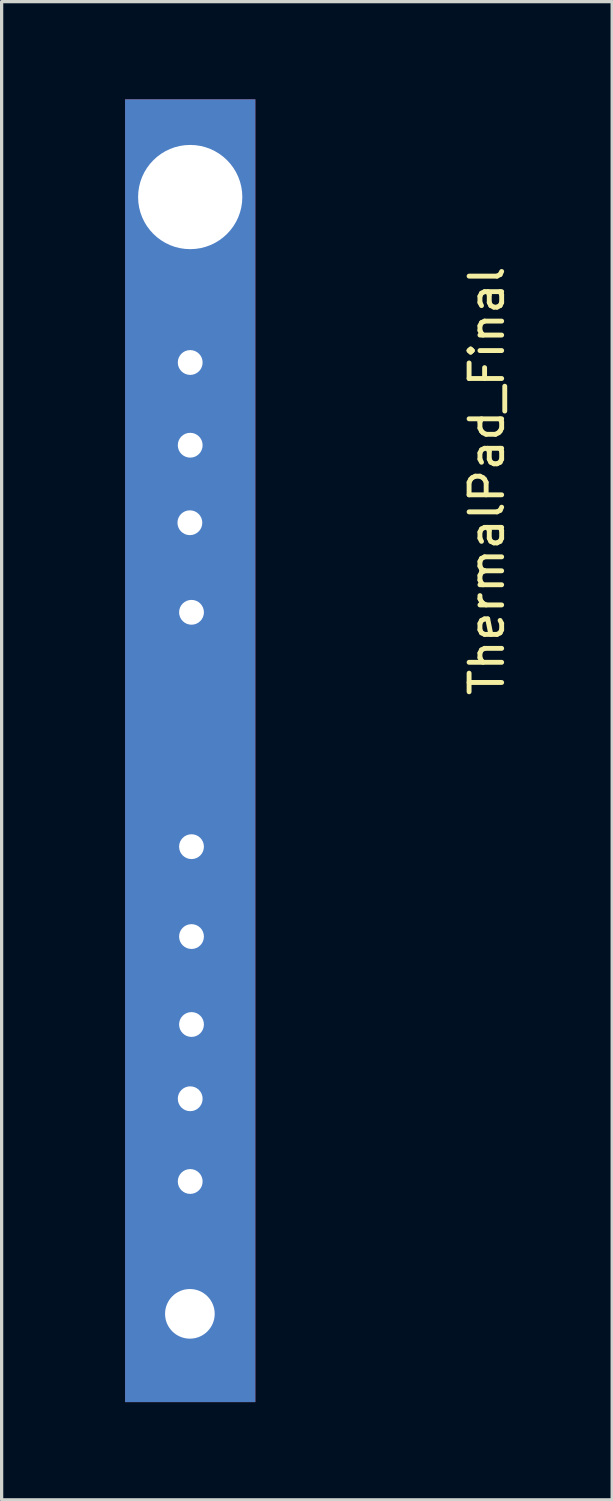
<source format=kicad_pcb>
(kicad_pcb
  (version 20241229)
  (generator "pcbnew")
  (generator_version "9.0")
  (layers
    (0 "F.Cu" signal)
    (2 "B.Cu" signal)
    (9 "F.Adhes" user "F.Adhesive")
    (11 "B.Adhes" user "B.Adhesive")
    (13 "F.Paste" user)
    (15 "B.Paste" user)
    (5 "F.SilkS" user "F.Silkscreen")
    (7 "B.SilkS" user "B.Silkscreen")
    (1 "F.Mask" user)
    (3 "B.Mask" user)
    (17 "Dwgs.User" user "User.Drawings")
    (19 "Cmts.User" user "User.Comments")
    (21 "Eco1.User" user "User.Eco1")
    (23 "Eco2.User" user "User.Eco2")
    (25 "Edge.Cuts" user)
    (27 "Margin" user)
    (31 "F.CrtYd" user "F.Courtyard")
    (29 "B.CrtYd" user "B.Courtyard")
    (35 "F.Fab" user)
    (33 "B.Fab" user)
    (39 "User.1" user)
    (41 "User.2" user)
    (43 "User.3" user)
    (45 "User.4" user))
  (footprint "ThermalPad_Final"
    (layer "F.Cu")
    (at 0.25 3)
    (property "Reference" "ThermalPad_Final" (at 11.648 8.714 90) (layer "F.SilkS") (effects (font (size 1 1) (thickness 0.15))))
    (attr through_hole)
    (pad "1" thru_hole circle (at 2.53 10) (size 1.524 1.524) (drill 0.762) (layers "*.Cu" "*.Mask"))
    (pad "1" thru_hole circle (at 2.53 34.29) (size 1.524 1.524) (drill 3.2) (layers "*.Cu" "*.Mask"))
    (pad "1" thru_hole rect (at 2.54 0) (size 4 40) (drill 3.2 (offset 0 17)) (layers "*.Cu" "*.Mask"))
    (pad "1" thru_hole circle (at 2.54 5.08) (size 1.524 1.524) (drill 0.762) (layers "*.Cu" "*.Mask"))
    (pad "1" thru_hole circle (at 2.54 7.62) (size 1.524 1.524) (drill 0.762) (layers "*.Cu" "*.Mask"))
    (pad "1" thru_hole circle (at 2.54 27.686) (size 1.524 1.524) (drill 0.762) (layers "*.Cu" "*.Mask"))
    (pad "1" thru_hole circle (at 2.54 30.226) (size 1.524 1.524) (drill 0.762) (layers "*.Cu" "*.Mask"))
    (pad "1" thru_hole circle (at 2.58 12.75) (size 1.524 1.524) (drill 0.762) (layers "*.Cu" "*.Mask"))
    (pad "1" thru_hole circle (at 2.58 19.946) (size 1.524 1.524) (drill 0.762) (layers "*.Cu" "*.Mask"))
    (pad "1" thru_hole circle (at 2.58 22.706) (size 1.524 1.524) (drill 0.762) (layers "*.Cu" "*.Mask"))
    (pad "1" thru_hole circle (at 2.58 25.406) (size 1.524 1.524) (drill 0.762) (layers "*.Cu" "*.Mask")))
  (gr_rect
    (start -3 -3)
    (end 15.746 43)
    (stroke (width 0.1) (type default))
    (fill no)
    (layer "Edge.Cuts")))
</source>
